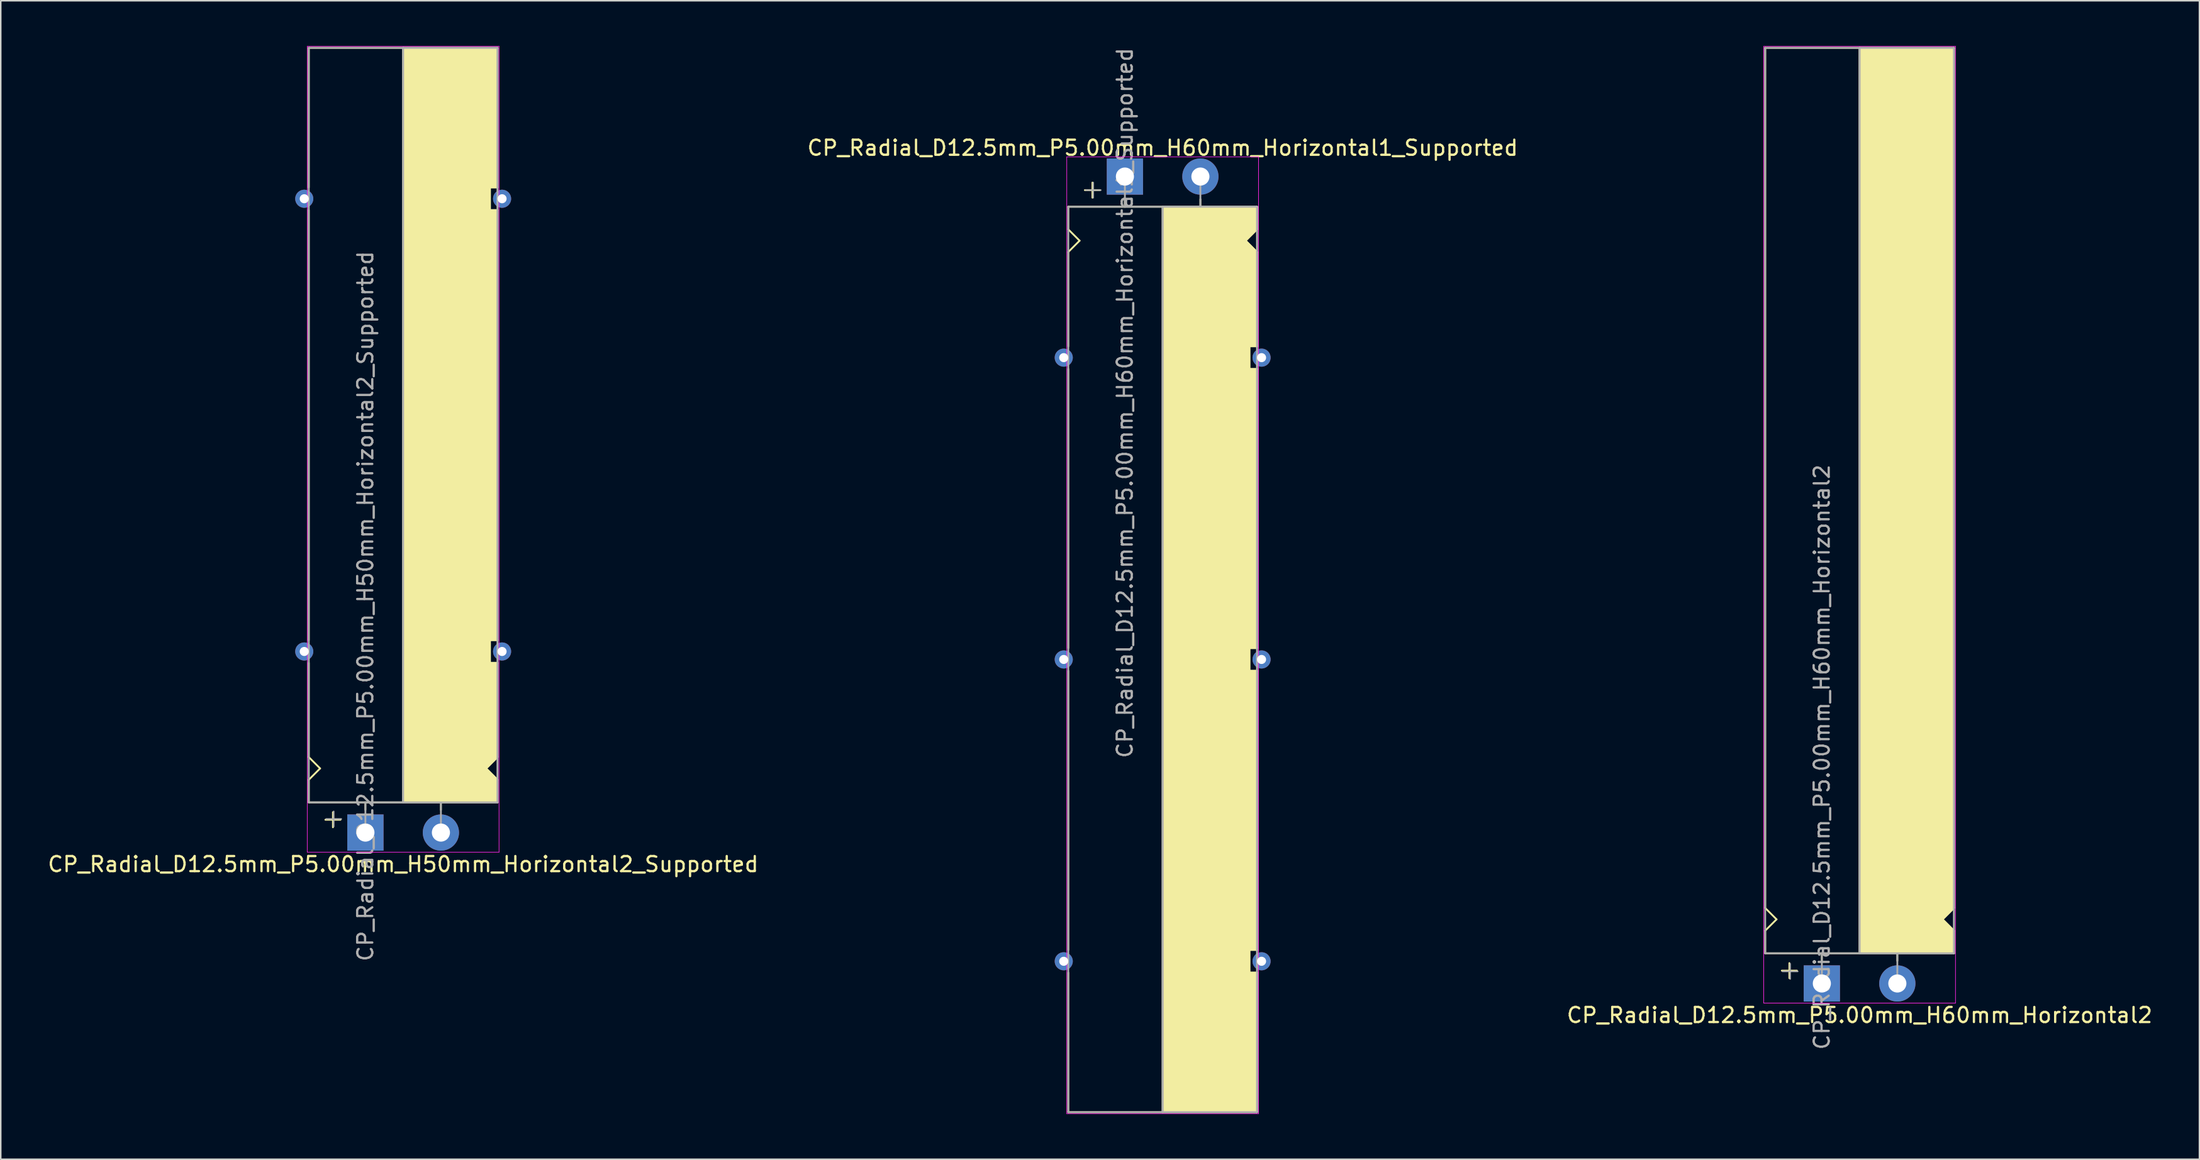
<source format=kicad_pcb>
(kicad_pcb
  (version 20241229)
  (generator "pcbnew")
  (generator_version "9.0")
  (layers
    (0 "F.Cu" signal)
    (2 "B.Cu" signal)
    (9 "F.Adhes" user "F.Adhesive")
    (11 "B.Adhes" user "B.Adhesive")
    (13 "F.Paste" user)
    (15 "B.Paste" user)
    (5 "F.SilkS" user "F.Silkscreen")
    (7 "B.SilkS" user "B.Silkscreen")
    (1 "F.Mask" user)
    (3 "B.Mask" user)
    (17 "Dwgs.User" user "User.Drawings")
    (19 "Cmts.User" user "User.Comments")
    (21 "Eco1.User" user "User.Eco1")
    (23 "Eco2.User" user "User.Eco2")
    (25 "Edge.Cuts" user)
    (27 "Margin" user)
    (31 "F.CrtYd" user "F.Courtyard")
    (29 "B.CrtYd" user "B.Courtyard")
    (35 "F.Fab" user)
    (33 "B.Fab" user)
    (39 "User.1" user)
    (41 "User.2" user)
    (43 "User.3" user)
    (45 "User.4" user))
  (footprint "CP_Radial_D12.5mm_P5.00mm_H50mm_Horizontal2_Supported"
    (layer "F.Cu")
    (at 21.149 52.12)
    (property "Reference" "CP_Radial_D12.5mm_P5.00mm_H50mm_Horizontal2_Supported" (at 2.5 2.1 180) (layer "F.SilkS") (effects (font (size 1 1) (thickness 0.15))))
    (attr through_hole)
    (fp_line (start -3.75 -52) (end -3.75 -42.75) (stroke (width 0.12) (type solid)) (layer "F.SilkS"))
    (fp_line (start -3.75 -12.75) (end -3.75 -41.25) (stroke (width 0.12) (type solid)) (layer "F.SilkS"))
    (fp_line (start -3.75 -5) (end -3.75 -11.25) (stroke (width 0.12) (type solid)) (layer "F.SilkS"))
    (fp_line (start -3.75 -3.5) (end -3 -4.25) (stroke (width 0.12) (type solid)) (layer "F.SilkS"))
    (fp_line (start -3.75 -2) (end -3.75 -3.5) (stroke (width 0.12) (type solid)) (layer "F.SilkS"))
    (fp_line (start -3 -4.25) (end -3.75 -5) (stroke (width 0.12) (type solid)) (layer "F.SilkS"))
    (fp_line (start -2.15 -1.35) (end -2.15 -0.35) (stroke (width 0.12) (type solid)) (layer "F.SilkS"))
    (fp_line (start -1.65 -0.85) (end -2.65 -0.85) (stroke (width 0.12) (type solid)) (layer "F.SilkS"))
    (fp_line (start 0 -1.5) (end 0 -2) (stroke (width 0.12) (type solid)) (layer "F.SilkS"))
    (fp_line (start 2.5 -2) (end -3.75 -2) (stroke (width 0.12) (type solid)) (layer "F.SilkS"))
    (fp_line (start 2.5 -2) (end 2.5 -52) (stroke (width 0.12) (type solid)) (layer "F.SilkS"))
    (fp_line (start 2.5 -2) (end 8.75 -2) (stroke (width 0.12) (type solid)) (layer "F.SilkS"))
    (fp_line (start 5 -1.5) (end 5 -2) (stroke (width 0.12) (type solid)) (layer "F.SilkS"))
    (fp_line (start 8 -4.25) (end 8.75 -5) (stroke (width 0.12) (type solid)) (layer "F.SilkS"))
    (fp_line (start 8.25 -42.75) (end 8.25 -41.25) (stroke (width 0.12) (type solid)) (layer "F.SilkS"))
    (fp_line (start 8.25 -41.25) (end 8.75 -41.25) (stroke (width 0.12) (type solid)) (layer "F.SilkS"))
    (fp_line (start 8.25 -12.75) (end 8.25 -11.25) (stroke (width 0.12) (type solid)) (layer "F.SilkS"))
    (fp_line (start 8.25 -11.25) (end 8.75 -11.25) (stroke (width 0.12) (type solid)) (layer "F.SilkS"))
    (fp_line (start 8.75 -52) (end -3.75 -52) (stroke (width 0.12) (type solid)) (layer "F.SilkS"))
    (fp_line (start 8.75 -52) (end 8.75 -42.75) (stroke (width 0.12) (type solid)) (layer "F.SilkS"))
    (fp_line (start 8.75 -42.75) (end 8.25 -42.75) (stroke (width 0.12) (type solid)) (layer "F.SilkS"))
    (fp_line (start 8.75 -12.75) (end 8.25 -12.75) (stroke (width 0.12) (type solid)) (layer "F.SilkS"))
    (fp_line (start 8.75 -12.75) (end 8.75 -41.25) (stroke (width 0.12) (type solid)) (layer "F.SilkS"))
    (fp_line (start 8.75 -5) (end 8.75 -11.25) (stroke (width 0.12) (type solid)) (layer "F.SilkS"))
    (fp_line (start 8.75 -3.5) (end 8 -4.25) (stroke (width 0.12) (type solid)) (layer "F.SilkS"))
    (fp_line (start 8.75 -2) (end 8.75 -3.5) (stroke (width 0.12) (type solid)) (layer "F.SilkS"))
    (fp_poly (pts (xy 8.75 -3.5) (xy 8 -4.25) (xy 8.75 -5) (xy 8.75 -11.25) (xy 8.25 -11.25) (xy 8.25 -12.75) (xy 8.75 -12.75) (xy 8.75 -41.25) (xy 8.25 -41.25) (xy 8.25 -42.75) (xy 8.75 -42.75) (xy 8.75 -52) (xy 2.5 -52) (xy 2.5 -2) (xy 8.75 -2)) (stroke (width 0.1) (type solid)) (fill yes) (layer "F.SilkS"))
    (fp_line (start -3.85 -52.1) (end -3.85 1.3) (stroke (width 0.04) (type solid)) (layer "F.CrtYd"))
    (fp_line (start 8.85 -52.1) (end -3.85 -52.1) (stroke (width 0.04) (type solid)) (layer "F.CrtYd"))
    (fp_line (start 8.85 1.3) (end -3.85 1.3) (stroke (width 0.04) (type solid)) (layer "F.CrtYd"))
    (fp_line (start 8.85 1.3) (end 8.85 -52.1) (stroke (width 0.04) (type solid)) (layer "F.CrtYd"))
    (fp_line (start -3.75 -52) (end 8.75 -52) (stroke (width 0.12) (type solid)) (layer "F.Fab"))
    (fp_line (start -3.75 -2) (end -3.75 -52) (stroke (width 0.12) (type solid)) (layer "F.Fab"))
    (fp_line (start -2.6 -0.9) (end -1.6 -0.9) (stroke (width 0.1) (type solid)) (layer "F.Fab"))
    (fp_line (start -2.1 -0.4) (end -2.1 -1.4) (stroke (width 0.1) (type solid)) (layer "F.Fab"))
    (fp_line (start 0 -2) (end -3.75 -2) (stroke (width 0.12) (type solid)) (layer "F.Fab"))
    (fp_line (start 0 0) (end 0 -2) (stroke (width 0.12) (type solid)) (layer "F.Fab"))
    (fp_line (start 2.5 -2) (end 2.5 -52) (stroke (width 0.12) (type solid)) (layer "F.Fab"))
    (fp_line (start 5 -2) (end 5 0) (stroke (width 0.12) (type solid)) (layer "F.Fab"))
    (fp_line (start 8.75 -52) (end 8.75 -2) (stroke (width 0.12) (type solid)) (layer "F.Fab"))
    (fp_line (start 8.75 -2) (end 0 -2) (stroke (width 0.12) (type solid)) (layer "F.Fab"))
    (fp_poly (pts (xy 8.75 -52) (xy 2.5 -52) (xy 2.5 -2) (xy 8.75 -2)) (stroke (width 0.1) (type solid)) (fill no) (layer "F.Fab"))
    (fp_text user "${REFERENCE}" (at 0 -15 90) (layer "F.Fab") (effects (font (size 1 1) (thickness 0.15))))
    (pad "" thru_hole circle (at -4.05 -42 180) (size 1.2 1.2) (drill 0.6) (layers "*.Cu" "*.Mask"))
    (pad "" thru_hole circle (at -4.05 -12 180) (size 1.2 1.2) (drill 0.6) (layers "*.Cu" "*.Mask"))
    (pad "" thru_hole circle (at 9.05 -42 180) (size 1.2 1.2) (drill 0.6) (layers "*.Cu" "*.Mask"))
    (pad "" thru_hole circle (at 9.05 -12 180) (size 1.2 1.2) (drill 0.6) (layers "*.Cu" "*.Mask"))
    (pad "1" thru_hole rect (at 0 0) (size 2.4 2.4) (drill 1.2) (layers "*.Cu" "*.Mask"))
    (pad "2" thru_hole circle (at 5 0) (size 2.4 2.4) (drill 1.2) (layers "*.Cu" "*.Mask")))
  (footprint "CP_Radial_D12.5mm_P5.00mm_H60mm_Horizontal1_Supported"
    (layer "F.Cu")
    (at 71.446 8.649)
    (property "Reference" "CP_Radial_D12.5mm_P5.00mm_H60mm_Horizontal1_Supported" (at 2.5 -1.9 180) (layer "F.SilkS") (effects (font (size 1 1) (thickness 0.15))))
    (attr through_hole)
    (fp_line (start -3.75 2) (end -3.75 3.5) (stroke (width 0.12) (type solid)) (layer "F.SilkS"))
    (fp_line (start -3.75 3.5) (end -3 4.25) (stroke (width 0.12) (type solid)) (layer "F.SilkS"))
    (fp_line (start -3.75 5) (end -3.75 11.25) (stroke (width 0.12) (type solid)) (layer "F.SilkS"))
    (fp_line (start -3.75 12.75) (end -3.75 31.25) (stroke (width 0.12) (type solid)) (layer "F.SilkS"))
    (fp_line (start -3.75 32.75) (end -3.75 51.25) (stroke (width 0.12) (type solid)) (layer "F.SilkS"))
    (fp_line (start -3.75 62) (end -3.75 52.75) (stroke (width 0.12) (type solid)) (layer "F.SilkS"))
    (fp_line (start -3 4.25) (end -3.75 5) (stroke (width 0.12) (type solid)) (layer "F.SilkS"))
    (fp_line (start -2.15 0.4) (end -2.15 1.4) (stroke (width 0.12) (type solid)) (layer "F.SilkS"))
    (fp_line (start -1.65 0.9) (end -2.65 0.9) (stroke (width 0.12) (type solid)) (layer "F.SilkS"))
    (fp_line (start 0 1.5) (end 0 2) (stroke (width 0.12) (type solid)) (layer "F.SilkS"))
    (fp_line (start 2.5 2) (end -3.75 2) (stroke (width 0.12) (type solid)) (layer "F.SilkS"))
    (fp_line (start 2.5 2) (end 2.5 62) (stroke (width 0.12) (type solid)) (layer "F.SilkS"))
    (fp_line (start 2.5 2) (end 8.75 2) (stroke (width 0.12) (type solid)) (layer "F.SilkS"))
    (fp_line (start 5 1.5) (end 5 2) (stroke (width 0.12) (type solid)) (layer "F.SilkS"))
    (fp_line (start 8 4.25) (end 8.75 5) (stroke (width 0.12) (type solid)) (layer "F.SilkS"))
    (fp_line (start 8.25 11.25) (end 8.75 11.25) (stroke (width 0.12) (type solid)) (layer "F.SilkS"))
    (fp_line (start 8.25 12.75) (end 8.25 11.25) (stroke (width 0.12) (type solid)) (layer "F.SilkS"))
    (fp_line (start 8.25 31.25) (end 8.75 31.25) (stroke (width 0.12) (type solid)) (layer "F.SilkS"))
    (fp_line (start 8.25 32.75) (end 8.25 31.25) (stroke (width 0.12) (type solid)) (layer "F.SilkS"))
    (fp_line (start 8.25 51.25) (end 8.75 51.25) (stroke (width 0.12) (type solid)) (layer "F.SilkS"))
    (fp_line (start 8.25 52.75) (end 8.25 51.25) (stroke (width 0.12) (type solid)) (layer "F.SilkS"))
    (fp_line (start 8.75 2) (end 8.75 3.5) (stroke (width 0.12) (type solid)) (layer "F.SilkS"))
    (fp_line (start 8.75 3.5) (end 8 4.25) (stroke (width 0.12) (type solid)) (layer "F.SilkS"))
    (fp_line (start 8.75 5) (end 8.75 11.25) (stroke (width 0.12) (type solid)) (layer "F.SilkS"))
    (fp_line (start 8.75 12.75) (end 8.25 12.75) (stroke (width 0.12) (type solid)) (layer "F.SilkS"))
    (fp_line (start 8.75 12.75) (end 8.75 31.25) (stroke (width 0.12) (type solid)) (layer "F.SilkS"))
    (fp_line (start 8.75 32.75) (end 8.25 32.75) (stroke (width 0.12) (type solid)) (layer "F.SilkS"))
    (fp_line (start 8.75 51.25) (end 8.75 32.75) (stroke (width 0.12) (type solid)) (layer "F.SilkS"))
    (fp_line (start 8.75 52.75) (end 8.25 52.75) (stroke (width 0.12) (type solid)) (layer "F.SilkS"))
    (fp_line (start 8.75 62) (end -3.75 62) (stroke (width 0.12) (type solid)) (layer "F.SilkS"))
    (fp_line (start 8.75 62) (end 8.75 52.75) (stroke (width 0.12) (type solid)) (layer "F.SilkS"))
    (fp_poly (pts (xy 8.75 3.5) (xy 8 4.25) (xy 8.75 5) (xy 8.75 11.25) (xy 8.25 11.25) (xy 8.25 12.75) (xy 8.75 12.75) (xy 8.75 31.25) (xy 8.25 31.25) (xy 8.25 32.75) (xy 8.75 32.75) (xy 8.75 51.25) (xy 8.25 51.25) (xy 8.25 52.75) (xy 8.75 52.75) (xy 8.75 62) (xy 2.5 62) (xy 2.5 2) (xy 8.75 2)) (stroke (width 0.1) (type solid)) (fill yes) (layer "F.SilkS"))
    (fp_line (start -3.85 -1.3) (end 8.85 -1.3) (stroke (width 0.04) (type solid)) (layer "F.CrtYd"))
    (fp_line (start -3.85 62.1) (end -3.85 -1.3) (stroke (width 0.04) (type solid)) (layer "F.CrtYd"))
    (fp_line (start 8.85 -1.3) (end 8.85 62.1) (stroke (width 0.04) (type solid)) (layer "F.CrtYd"))
    (fp_line (start 8.85 62.1) (end -3.85 62.1) (stroke (width 0.04) (type solid)) (layer "F.CrtYd"))
    (fp_line (start -3.75 2) (end -3.75 62) (stroke (width 0.12) (type solid)) (layer "F.Fab"))
    (fp_line (start -3.75 62) (end 8.75 62) (stroke (width 0.12) (type solid)) (layer "F.Fab"))
    (fp_line (start -2.6 0.9) (end -1.6 0.9) (stroke (width 0.1) (type solid)) (layer "F.Fab"))
    (fp_line (start -2.1 1.4) (end -2.1 0.4) (stroke (width 0.1) (type solid)) (layer "F.Fab"))
    (fp_line (start 0 0) (end 0 2) (stroke (width 0.12) (type solid)) (layer "F.Fab"))
    (fp_line (start 0 2) (end -3.75 2) (stroke (width 0.12) (type solid)) (layer "F.Fab"))
    (fp_line (start 2.5 2) (end 2.5 62) (stroke (width 0.12) (type solid)) (layer "F.Fab"))
    (fp_line (start 5 2) (end 5 0) (stroke (width 0.12) (type solid)) (layer "F.Fab"))
    (fp_line (start 8.75 2) (end 0 2) (stroke (width 0.12) (type solid)) (layer "F.Fab"))
    (fp_line (start 8.75 62) (end 8.75 2) (stroke (width 0.12) (type solid)) (layer "F.Fab"))
    (fp_poly (pts (xy 8.75 62) (xy 2.5 62) (xy 2.5 2) (xy 8.75 2)) (stroke (width 0.1) (type solid)) (fill no) (layer "F.Fab"))
    (fp_text user "${REFERENCE}" (at 0 15 90) (layer "F.Fab") (effects (font (size 1 1) (thickness 0.15))))
    (pad "" thru_hole circle (at -4.05 12) (size 1.2 1.2) (drill 0.6) (layers "*.Cu" "*.Mask"))
    (pad "" thru_hole circle (at -4.05 32) (size 1.2 1.2) (drill 0.6) (layers "*.Cu" "*.Mask"))
    (pad "" thru_hole circle (at -4.05 52) (size 1.2 1.2) (drill 0.6) (layers "*.Cu" "*.Mask"))
    (pad "" thru_hole circle (at 9.05 12) (size 1.2 1.2) (drill 0.6) (layers "*.Cu" "*.Mask"))
    (pad "" thru_hole circle (at 9.05 32) (size 1.2 1.2) (drill 0.6) (layers "*.Cu" "*.Mask"))
    (pad "" thru_hole circle (at 9.05 52) (size 1.2 1.2) (drill 0.6) (layers "*.Cu" "*.Mask"))
    (pad "1" thru_hole rect (at 0 0) (size 2.4 2.4) (drill 1.2) (layers "*.Cu" "*.Mask"))
    (pad "2" thru_hole circle (at 5 0) (size 2.4 2.4) (drill 1.2) (layers "*.Cu" "*.Mask")))
  (footprint "CP_Radial_D12.5mm_P5.00mm_H60mm_Horizontal2"
    (layer "F.Cu")
    (at 117.601 62.12)
    (property "Reference" "CP_Radial_D12.5mm_P5.00mm_H60mm_Horizontal2" (at 2.5 2.1 180) (layer "F.SilkS") (effects (font (size 1 1) (thickness 0.15))))
    (attr through_hole)
    (fp_line (start -3.75 -5) (end -3.75 -62) (stroke (width 0.12) (type solid)) (layer "F.SilkS"))
    (fp_line (start -3.75 -3.5) (end -3 -4.25) (stroke (width 0.12) (type solid)) (layer "F.SilkS"))
    (fp_line (start -3.75 -2) (end -3.75 -3.5) (stroke (width 0.12) (type solid)) (layer "F.SilkS"))
    (fp_line (start -3 -4.25) (end -3.75 -5) (stroke (width 0.12) (type solid)) (layer "F.SilkS"))
    (fp_line (start -2.15 -1.35) (end -2.15 -0.35) (stroke (width 0.12) (type solid)) (layer "F.SilkS"))
    (fp_line (start -1.65 -0.85) (end -2.65 -0.85) (stroke (width 0.12) (type solid)) (layer "F.SilkS"))
    (fp_line (start 0 -1.5) (end 0 -2) (stroke (width 0.12) (type solid)) (layer "F.SilkS"))
    (fp_line (start 2.5 -2) (end -3.75 -2) (stroke (width 0.12) (type solid)) (layer "F.SilkS"))
    (fp_line (start 2.5 -2) (end 2.5 -62) (stroke (width 0.12) (type solid)) (layer "F.SilkS"))
    (fp_line (start 2.5 -2) (end 8.75 -2) (stroke (width 0.12) (type solid)) (layer "F.SilkS"))
    (fp_line (start 5 -1.5) (end 5 -2) (stroke (width 0.12) (type solid)) (layer "F.SilkS"))
    (fp_line (start 8 -4.25) (end 8.75 -5) (stroke (width 0.12) (type solid)) (layer "F.SilkS"))
    (fp_line (start 8.75 -62) (end -3.75 -62) (stroke (width 0.12) (type solid)) (layer "F.SilkS"))
    (fp_line (start 8.75 -5) (end 8.75 -62) (stroke (width 0.12) (type solid)) (layer "F.SilkS"))
    (fp_line (start 8.75 -3.5) (end 8 -4.25) (stroke (width 0.12) (type solid)) (layer "F.SilkS"))
    (fp_line (start 8.75 -2) (end 8.75 -3.5) (stroke (width 0.12) (type solid)) (layer "F.SilkS"))
    (fp_poly (pts (xy 8.75 -3.5) (xy 8 -4.25) (xy 8.75 -5) (xy 8.75 -62) (xy 2.5 -62) (xy 2.5 -2) (xy 8.75 -2)) (stroke (width 0.1) (type solid)) (fill yes) (layer "F.SilkS"))
    (fp_line (start -3.85 -62.1) (end -3.85 1.3) (stroke (width 0.04) (type solid)) (layer "F.CrtYd"))
    (fp_line (start 8.85 -62.1) (end -3.85 -62.1) (stroke (width 0.04) (type solid)) (layer "F.CrtYd"))
    (fp_line (start 8.85 1.3) (end -3.85 1.3) (stroke (width 0.04) (type solid)) (layer "F.CrtYd"))
    (fp_line (start 8.85 1.3) (end 8.85 -62.1) (stroke (width 0.04) (type solid)) (layer "F.CrtYd"))
    (fp_line (start -3.75 -62) (end 8.75 -62) (stroke (width 0.12) (type solid)) (layer "F.Fab"))
    (fp_line (start -3.75 -2) (end -3.75 -62) (stroke (width 0.12) (type solid)) (layer "F.Fab"))
    (fp_line (start -2.6 -0.8) (end -1.6 -0.8) (stroke (width 0.1) (type solid)) (layer "F.Fab"))
    (fp_line (start -2.1 -0.3) (end -2.1 -1.3) (stroke (width 0.1) (type solid)) (layer "F.Fab"))
    (fp_line (start 0 -2) (end -3.75 -2) (stroke (width 0.12) (type solid)) (layer "F.Fab"))
    (fp_line (start 0 0) (end 0 -2) (stroke (width 0.12) (type solid)) (layer "F.Fab"))
    (fp_line (start 2.5 -2) (end 2.5 -62) (stroke (width 0.12) (type solid)) (layer "F.Fab"))
    (fp_line (start 5 -2) (end 5 0) (stroke (width 0.12) (type solid)) (layer "F.Fab"))
    (fp_line (start 8.75 -62) (end 8.75 -2) (stroke (width 0.12) (type solid)) (layer "F.Fab"))
    (fp_line (start 8.75 -2) (end 0 -2) (stroke (width 0.12) (type solid)) (layer "F.Fab"))
    (fp_poly (pts (xy 8.75 -62) (xy 2.5 -62) (xy 2.5 -2) (xy 8.75 -2)) (stroke (width 0.1) (type solid)) (fill no) (layer "F.Fab"))
    (fp_text user "${REFERENCE}" (at 0 -15 90) (layer "F.Fab") (effects (font (size 1 1) (thickness 0.15))))
    (pad "1" thru_hole rect (at 0 0) (size 2.4 2.4) (drill 1.2) (layers "*.Cu" "*.Mask"))
    (pad "2" thru_hole circle (at 5 0) (size 2.4 2.4) (drill 1.2) (layers "*.Cu" "*.Mask")))
  (gr_rect
    (start -3 -3)
    (end 142.607 73.769)
    (stroke (width 0.1) (type default))
    (fill no)
    (layer "Edge.Cuts")))
</source>
